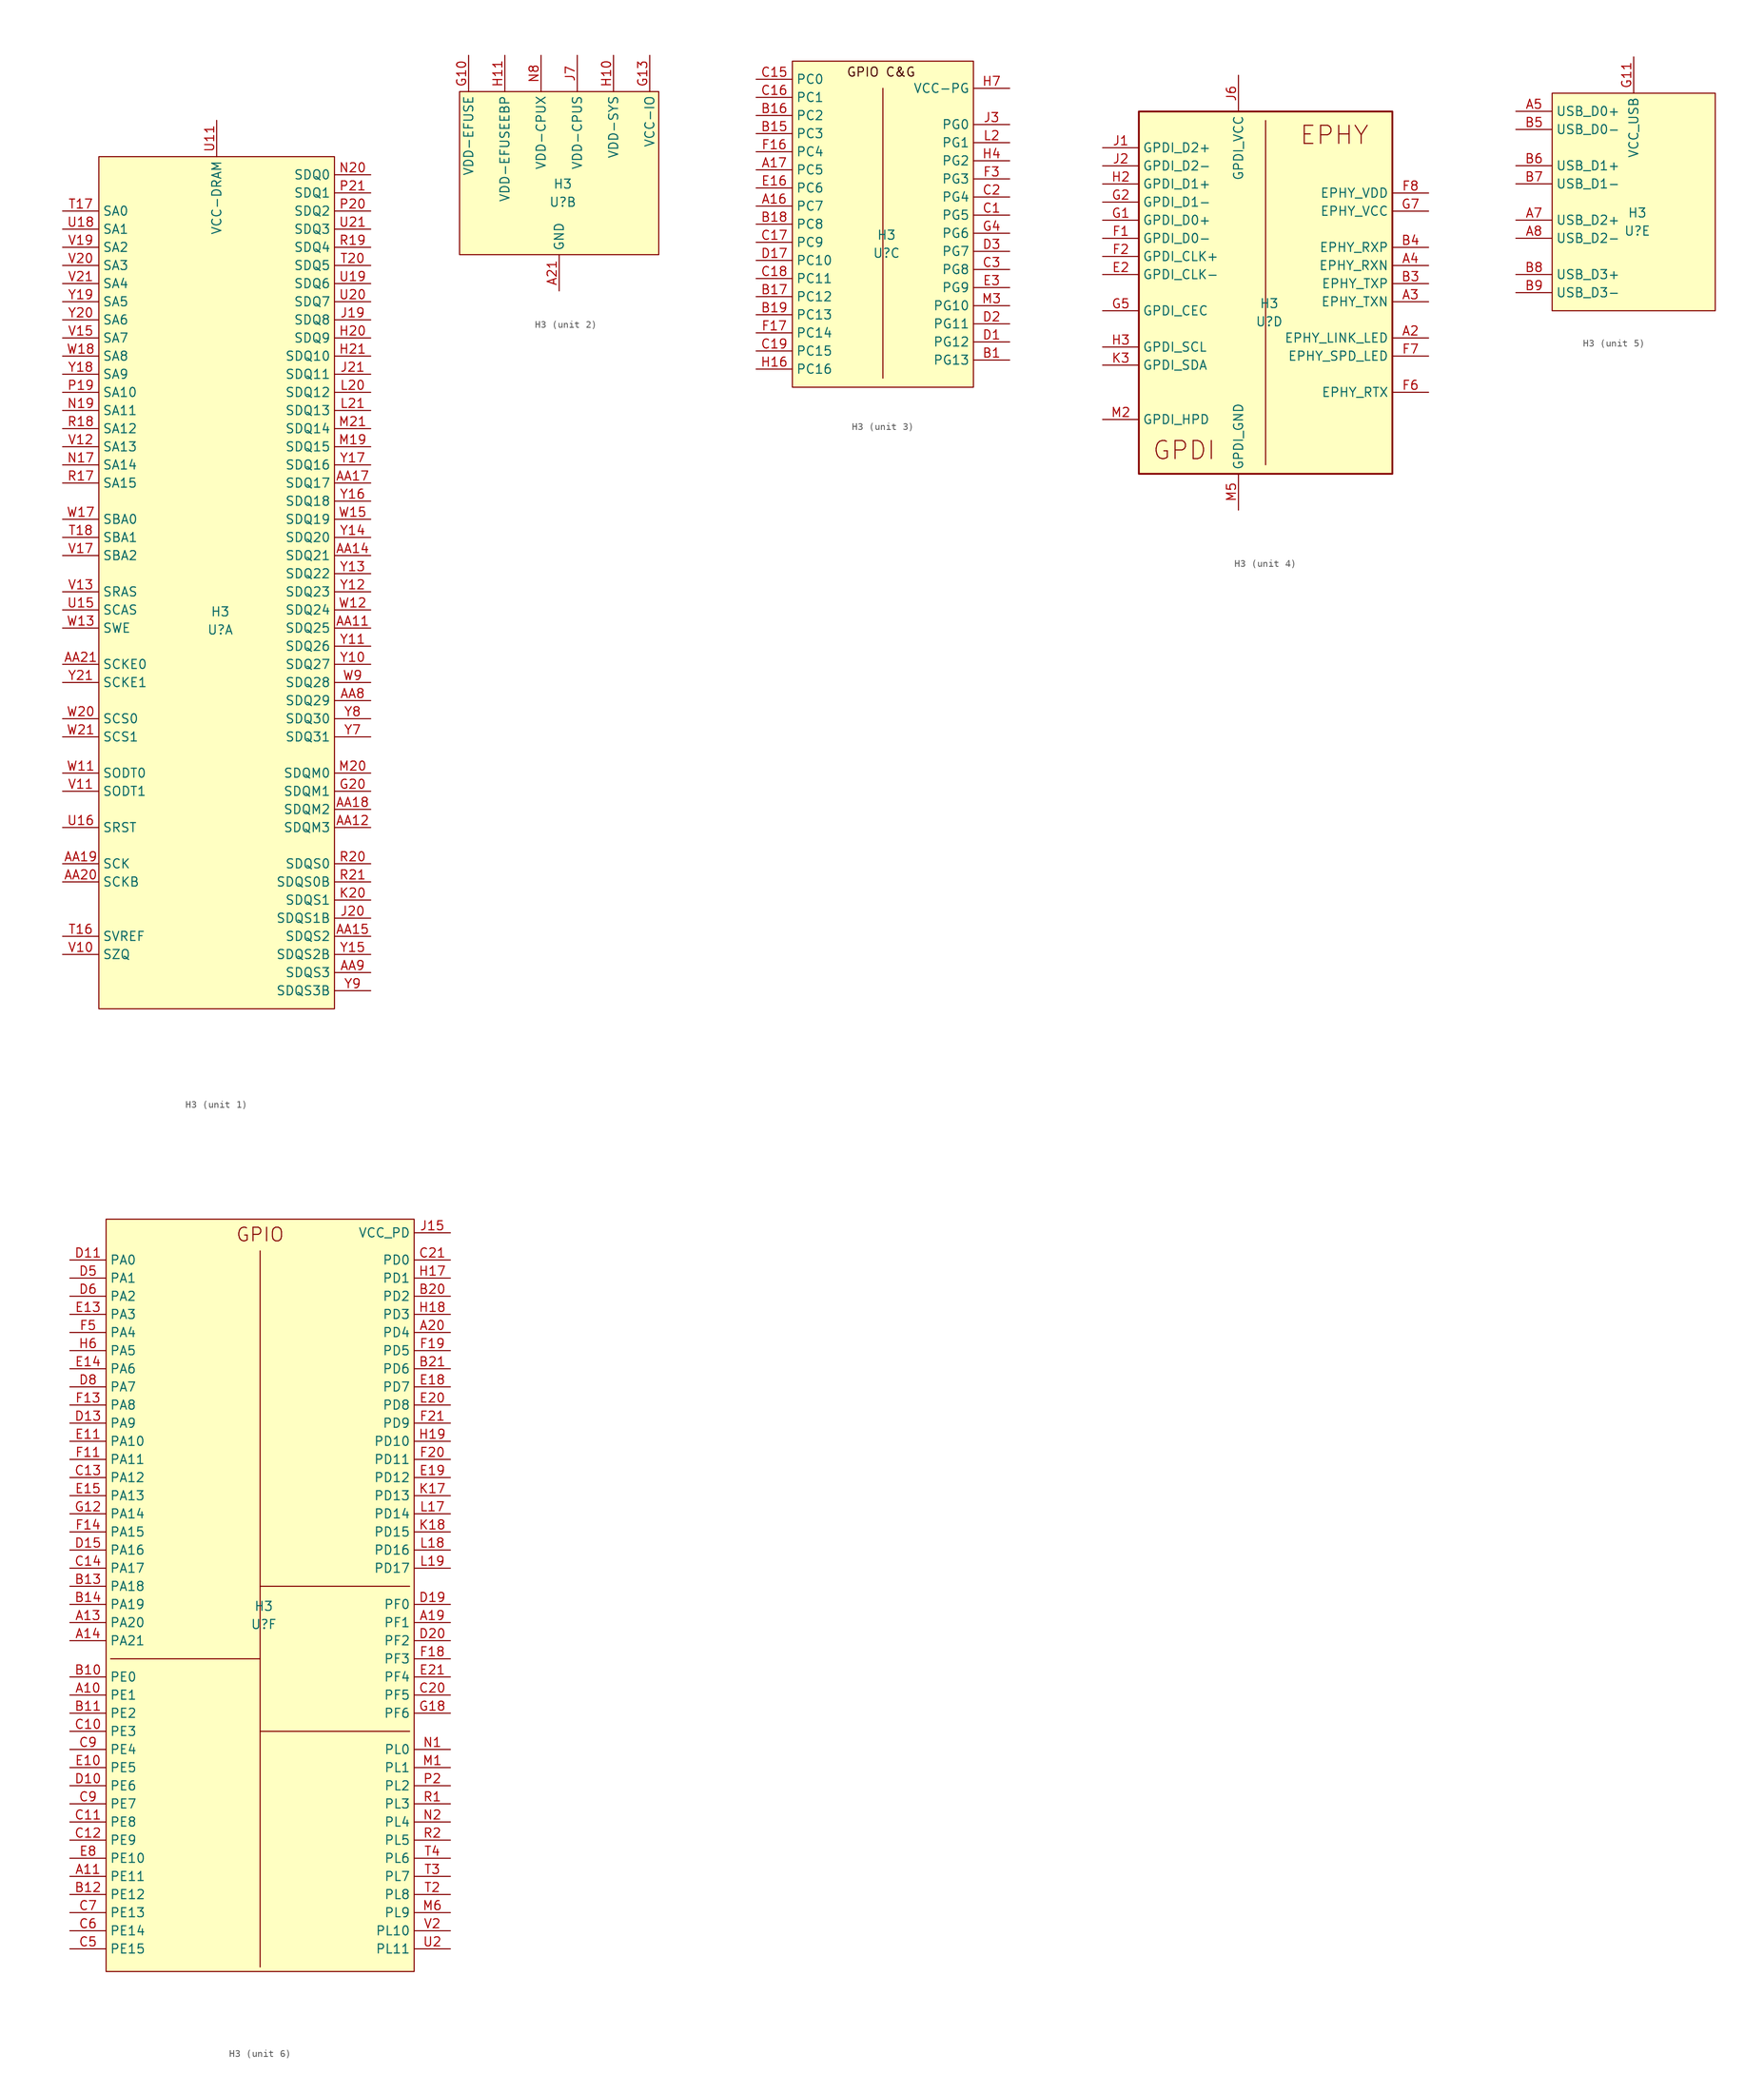
<source format=kicad_sym>
(kicad_symbol_lib
  (version 20241209)
  (generator "kicad_symbol_editor")
  (generator_version "9.0")
  (symbol "H3"
    (property "Reference" "U"
      (at 0.508 -4.064 0)
      (effects (font (size 1.27 1.27))))
    (property "Value" "H3"
      (at 0.508 -1.524 0)
      (effects (font (size 1.27 1.27))))
    (property "ki_locked" ""
      (at 0 0 0)
      (effects (font (size 1.27 1.27))))
    (symbol "H3_1_0"
      (pin power_in line (at 0 67.31 270) (length 5.08) (hide yes) (name "VCC-DRAM" (effects (font (size 1.27 1.27)))) (number "L16" (effects (font (size 1.27 1.27)))))
      (pin power_in line (at 0 67.31 270) (length 5.08) (hide yes) (name "VCC-DRAM" (effects (font (size 1.27 1.27)))) (number "M16" (effects (font (size 1.27 1.27)))))
      (pin power_in line (at 0 67.31 270) (length 5.08) (hide yes) (name "VCC-DRAM" (effects (font (size 1.27 1.27)))) (number "N16" (effects (font (size 1.27 1.27)))))
      (pin power_in line (at 0 67.31 270) (length 5.08) (hide yes) (name "VCC-DRAM" (effects (font (size 1.27 1.27)))) (number "P16" (effects (font (size 1.27 1.27)))))
      (pin power_in line (at 0 67.31 270) (length 5.08) (hide yes) (name "VCC-DRAM" (effects (font (size 1.27 1.27)))) (number "P17" (effects (font (size 1.27 1.27)))))
      (pin power_in line (at 0 67.31 270) (length 5.08) (hide yes) (name "VCC-DRAM" (effects (font (size 1.27 1.27)))) (number "R16" (effects (font (size 1.27 1.27)))))
      (pin power_in line (at 0 67.31 270) (length 5.08) (hide yes) (name "VCC-DRAM" (effects (font (size 1.27 1.27)))) (number "T12" (effects (font (size 1.27 1.27)))))
      (pin power_in line (at 0 67.31 270) (length 5.08) (hide yes) (name "VCC-DRAM" (effects (font (size 1.27 1.27)))) (number "T13" (effects (font (size 1.27 1.27)))))
      (pin power_in line (at 0 67.31 270) (length 5.08) (hide yes) (name "VCC-DRAM" (effects (font (size 1.27 1.27)))) (number "T14" (effects (font (size 1.27 1.27)))))
      (pin power_in line (at 0 67.31 270) (length 5.08) (hide yes) (name "VCC-DRAM" (effects (font (size 1.27 1.27)))) (number "T15" (effects (font (size 1.27 1.27)))))
      (pin power_in line (at 0 67.31 270) (length 5.08) (name "VCC-DRAM" (effects (font (size 1.27 1.27)))) (number "U11" (effects (font (size 1.27 1.27))))))
    (symbol "H3_1_1"
      (rectangle (start -16.51 62.23) (end 16.51 -57.15) (stroke (width 0) (type solid)) (fill (type background)))
      (pin bidirectional line (at -21.59 54.61 0) (length 5.08) (name "SA0" (effects (font (size 1.27 1.27)))) (number "T17" (effects (font (size 1.27 1.27)))))
      (pin bidirectional line (at -21.59 52.07 0) (length 5.08) (name "SA1" (effects (font (size 1.27 1.27)))) (number "U18" (effects (font (size 1.27 1.27)))))
      (pin bidirectional line (at -21.59 49.53 0) (length 5.08) (name "SA2" (effects (font (size 1.27 1.27)))) (number "V19" (effects (font (size 1.27 1.27)))))
      (pin bidirectional line (at -21.59 46.99 0) (length 5.08) (name "SA3" (effects (font (size 1.27 1.27)))) (number "V20" (effects (font (size 1.27 1.27)))))
      (pin bidirectional line (at -21.59 44.45 0) (length 5.08) (name "SA4" (effects (font (size 1.27 1.27)))) (number "V21" (effects (font (size 1.27 1.27)))))
      (pin bidirectional line (at -21.59 41.91 0) (length 5.08) (name "SA5" (effects (font (size 1.27 1.27)))) (number "Y19" (effects (font (size 1.27 1.27)))))
      (pin bidirectional line (at -21.59 39.37 0) (length 5.08) (name "SA6" (effects (font (size 1.27 1.27)))) (number "Y20" (effects (font (size 1.27 1.27)))))
      (pin bidirectional line (at -21.59 36.83 0) (length 5.08) (name "SA7" (effects (font (size 1.27 1.27)))) (number "V15" (effects (font (size 1.27 1.27)))))
      (pin bidirectional line (at -21.59 34.29 0) (length 5.08) (name "SA8" (effects (font (size 1.27 1.27)))) (number "W18" (effects (font (size 1.27 1.27)))))
      (pin bidirectional line (at -21.59 31.75 0) (length 5.08) (name "SA9" (effects (font (size 1.27 1.27)))) (number "Y18" (effects (font (size 1.27 1.27)))))
      (pin bidirectional line (at -21.59 29.21 0) (length 5.08) (name "SA10" (effects (font (size 1.27 1.27)))) (number "P19" (effects (font (size 1.27 1.27)))))
      (pin bidirectional line (at -21.59 26.67 0) (length 5.08) (name "SA11" (effects (font (size 1.27 1.27)))) (number "N19" (effects (font (size 1.27 1.27)))))
      (pin bidirectional line (at -21.59 24.13 0) (length 5.08) (name "SA12" (effects (font (size 1.27 1.27)))) (number "R18" (effects (font (size 1.27 1.27)))))
      (pin bidirectional line (at -21.59 21.59 0) (length 5.08) (name "SA13" (effects (font (size 1.27 1.27)))) (number "V12" (effects (font (size 1.27 1.27)))))
      (pin bidirectional line (at -21.59 19.05 0) (length 5.08) (name "SA14" (effects (font (size 1.27 1.27)))) (number "N17" (effects (font (size 1.27 1.27)))))
      (pin bidirectional line (at -21.59 16.51 0) (length 5.08) (name "SA15" (effects (font (size 1.27 1.27)))) (number "R17" (effects (font (size 1.27 1.27)))))
      (pin output line (at -21.59 11.43 0) (length 5.08) (name "SBA0" (effects (font (size 1.27 1.27)))) (number "W17" (effects (font (size 1.27 1.27)))))
      (pin output line (at -21.59 8.89 0) (length 5.08) (name "SBA1" (effects (font (size 1.27 1.27)))) (number "T18" (effects (font (size 1.27 1.27)))))
      (pin output line (at -21.59 6.35 0) (length 5.08) (name "SBA2" (effects (font (size 1.27 1.27)))) (number "V17" (effects (font (size 1.27 1.27)))))
      (pin output line (at -21.59 1.27 0) (length 5.08) (name "SRAS" (effects (font (size 1.27 1.27)))) (number "V13" (effects (font (size 1.27 1.27)))))
      (pin output line (at -21.59 -1.27 0) (length 5.08) (name "SCAS" (effects (font (size 1.27 1.27)))) (number "U15" (effects (font (size 1.27 1.27)))))
      (pin output line (at -21.59 -3.81 0) (length 5.08) (name "SWE" (effects (font (size 1.27 1.27)))) (number "W13" (effects (font (size 1.27 1.27)))))
      (pin output line (at -21.59 -8.89 0) (length 5.08) (name "SCKE0" (effects (font (size 1.27 1.27)))) (number "AA21" (effects (font (size 1.27 1.27)))))
      (pin output line (at -21.59 -11.43 0) (length 5.08) (name "SCKE1" (effects (font (size 1.27 1.27)))) (number "Y21" (effects (font (size 1.27 1.27)))))
      (pin output line (at -21.59 -16.51 0) (length 5.08) (name "SCS0" (effects (font (size 1.27 1.27)))) (number "W20" (effects (font (size 1.27 1.27)))))
      (pin output line (at -21.59 -19.05 0) (length 5.08) (name "SCS1" (effects (font (size 1.27 1.27)))) (number "W21" (effects (font (size 1.27 1.27)))))
      (pin output line (at -21.59 -24.13 0) (length 5.08) (name "SODT0" (effects (font (size 1.27 1.27)))) (number "W11" (effects (font (size 1.27 1.27)))))
      (pin output line (at -21.59 -26.67 0) (length 5.08) (name "SODT1" (effects (font (size 1.27 1.27)))) (number "V11" (effects (font (size 1.27 1.27)))))
      (pin output line (at -21.59 -31.75 0) (length 5.08) (name "SRST" (effects (font (size 1.27 1.27)))) (number "U16" (effects (font (size 1.27 1.27)))))
      (pin output line (at -21.59 -36.83 0) (length 5.08) (name "SCK" (effects (font (size 1.27 1.27)))) (number "AA19" (effects (font (size 1.27 1.27)))))
      (pin output line (at -21.59 -39.37 0) (length 5.08) (name "SCKB" (effects (font (size 1.27 1.27)))) (number "AA20" (effects (font (size 1.27 1.27)))))
      (pin power_in line (at -21.59 -46.99 0) (length 5.08) (name "SVREF" (effects (font (size 1.27 1.27)))) (number "T16" (effects (font (size 1.27 1.27)))))
      (pin input line (at -21.59 -49.53 0) (length 5.08) (name "SZQ" (effects (font (size 1.27 1.27)))) (number "V10" (effects (font (size 1.27 1.27)))))
      (pin bidirectional line (at 21.59 59.69 180) (length 5.08) (name "SDQ0" (effects (font (size 1.27 1.27)))) (number "N20" (effects (font (size 1.27 1.27)))))
      (pin bidirectional line (at 21.59 57.15 180) (length 5.08) (name "SDQ1" (effects (font (size 1.27 1.27)))) (number "P21" (effects (font (size 1.27 1.27)))))
      (pin bidirectional line (at 21.59 54.61 180) (length 5.08) (name "SDQ2" (effects (font (size 1.27 1.27)))) (number "P20" (effects (font (size 1.27 1.27)))))
      (pin bidirectional line (at 21.59 52.07 180) (length 5.08) (name "SDQ3" (effects (font (size 1.27 1.27)))) (number "U21" (effects (font (size 1.27 1.27)))))
      (pin bidirectional line (at 21.59 49.53 180) (length 5.08) (name "SDQ4" (effects (font (size 1.27 1.27)))) (number "R19" (effects (font (size 1.27 1.27)))))
      (pin bidirectional line (at 21.59 46.99 180) (length 5.08) (name "SDQ5" (effects (font (size 1.27 1.27)))) (number "T20" (effects (font (size 1.27 1.27)))))
      (pin bidirectional line (at 21.59 44.45 180) (length 5.08) (name "SDQ6" (effects (font (size 1.27 1.27)))) (number "U19" (effects (font (size 1.27 1.27)))))
      (pin bidirectional line (at 21.59 41.91 180) (length 5.08) (name "SDQ7" (effects (font (size 1.27 1.27)))) (number "U20" (effects (font (size 1.27 1.27)))))
      (pin bidirectional line (at 21.59 39.37 180) (length 5.08) (name "SDQ8" (effects (font (size 1.27 1.27)))) (number "J19" (effects (font (size 1.27 1.27)))))
      (pin bidirectional line (at 21.59 36.83 180) (length 5.08) (name "SDQ9" (effects (font (size 1.27 1.27)))) (number "H20" (effects (font (size 1.27 1.27)))))
      (pin bidirectional line (at 21.59 34.29 180) (length 5.08) (name "SDQ10" (effects (font (size 1.27 1.27)))) (number "H21" (effects (font (size 1.27 1.27)))))
      (pin bidirectional line (at 21.59 31.75 180) (length 5.08) (name "SDQ11" (effects (font (size 1.27 1.27)))) (number "J21" (effects (font (size 1.27 1.27)))))
      (pin bidirectional line (at 21.59 29.21 180) (length 5.08) (name "SDQ12" (effects (font (size 1.27 1.27)))) (number "L20" (effects (font (size 1.27 1.27)))))
      (pin bidirectional line (at 21.59 26.67 180) (length 5.08) (name "SDQ13" (effects (font (size 1.27 1.27)))) (number "L21" (effects (font (size 1.27 1.27)))))
      (pin bidirectional line (at 21.59 24.13 180) (length 5.08) (name "SDQ14" (effects (font (size 1.27 1.27)))) (number "M21" (effects (font (size 1.27 1.27)))))
      (pin bidirectional line (at 21.59 21.59 180) (length 5.08) (name "SDQ15" (effects (font (size 1.27 1.27)))) (number "M19" (effects (font (size 1.27 1.27)))))
      (pin bidirectional line (at 21.59 19.05 180) (length 5.08) (name "SDQ16" (effects (font (size 1.27 1.27)))) (number "Y17" (effects (font (size 1.27 1.27)))))
      (pin bidirectional line (at 21.59 16.51 180) (length 5.08) (name "SDQ17" (effects (font (size 1.27 1.27)))) (number "AA17" (effects (font (size 1.27 1.27)))))
      (pin bidirectional line (at 21.59 13.97 180) (length 5.08) (name "SDQ18" (effects (font (size 1.27 1.27)))) (number "Y16" (effects (font (size 1.27 1.27)))))
      (pin bidirectional line (at 21.59 11.43 180) (length 5.08) (name "SDQ19" (effects (font (size 1.27 1.27)))) (number "W15" (effects (font (size 1.27 1.27)))))
      (pin bidirectional line (at 21.59 8.89 180) (length 5.08) (name "SDQ20" (effects (font (size 1.27 1.27)))) (number "Y14" (effects (font (size 1.27 1.27)))))
      (pin bidirectional line (at 21.59 6.35 180) (length 5.08) (name "SDQ21" (effects (font (size 1.27 1.27)))) (number "AA14" (effects (font (size 1.27 1.27)))))
      (pin bidirectional line (at 21.59 3.81 180) (length 5.08) (name "SDQ22" (effects (font (size 1.27 1.27)))) (number "Y13" (effects (font (size 1.27 1.27)))))
      (pin bidirectional line (at 21.59 1.27 180) (length 5.08) (name "SDQ23" (effects (font (size 1.27 1.27)))) (number "Y12" (effects (font (size 1.27 1.27)))))
      (pin bidirectional line (at 21.59 -1.27 180) (length 5.08) (name "SDQ24" (effects (font (size 1.27 1.27)))) (number "W12" (effects (font (size 1.27 1.27)))))
      (pin bidirectional line (at 21.59 -3.81 180) (length 5.08) (name "SDQ25" (effects (font (size 1.27 1.27)))) (number "AA11" (effects (font (size 1.27 1.27)))))
      (pin bidirectional line (at 21.59 -6.35 180) (length 5.08) (name "SDQ26" (effects (font (size 1.27 1.27)))) (number "Y11" (effects (font (size 1.27 1.27)))))
      (pin bidirectional line (at 21.59 -8.89 180) (length 5.08) (name "SDQ27" (effects (font (size 1.27 1.27)))) (number "Y10" (effects (font (size 1.27 1.27)))))
      (pin bidirectional line (at 21.59 -11.43 180) (length 5.08) (name "SDQ28" (effects (font (size 1.27 1.27)))) (number "W9" (effects (font (size 1.27 1.27)))))
      (pin bidirectional line (at 21.59 -13.97 180) (length 5.08) (name "SDQ29" (effects (font (size 1.27 1.27)))) (number "AA8" (effects (font (size 1.27 1.27)))))
      (pin bidirectional line (at 21.59 -16.51 180) (length 5.08) (name "SDQ30" (effects (font (size 1.27 1.27)))) (number "Y8" (effects (font (size 1.27 1.27)))))
      (pin bidirectional line (at 21.59 -19.05 180) (length 5.08) (name "SDQ31" (effects (font (size 1.27 1.27)))) (number "Y7" (effects (font (size 1.27 1.27)))))
      (pin output line (at 21.59 -24.13 180) (length 5.08) (name "SDQM0" (effects (font (size 1.27 1.27)))) (number "M20" (effects (font (size 1.27 1.27)))))
      (pin output line (at 21.59 -26.67 180) (length 5.08) (name "SDQM1" (effects (font (size 1.27 1.27)))) (number "G20" (effects (font (size 1.27 1.27)))))
      (pin output line (at 21.59 -29.21 180) (length 5.08) (name "SDQM2" (effects (font (size 1.27 1.27)))) (number "AA18" (effects (font (size 1.27 1.27)))))
      (pin output line (at 21.59 -31.75 180) (length 5.08) (name "SDQM3" (effects (font (size 1.27 1.27)))) (number "AA12" (effects (font (size 1.27 1.27)))))
      (pin bidirectional line (at 21.59 -36.83 180) (length 5.08) (name "SDQS0" (effects (font (size 1.27 1.27)))) (number "R20" (effects (font (size 1.27 1.27)))))
      (pin bidirectional line (at 21.59 -39.37 180) (length 5.08) (name "SDQS0B" (effects (font (size 1.27 1.27)))) (number "R21" (effects (font (size 1.27 1.27)))))
      (pin bidirectional line (at 21.59 -41.91 180) (length 5.08) (name "SDQS1" (effects (font (size 1.27 1.27)))) (number "K20" (effects (font (size 1.27 1.27)))))
      (pin bidirectional line (at 21.59 -44.45 180) (length 5.08) (name "SDQS1B" (effects (font (size 1.27 1.27)))) (number "J20" (effects (font (size 1.27 1.27)))))
      (pin bidirectional line (at 21.59 -46.99 180) (length 5.08) (name "SDQS2" (effects (font (size 1.27 1.27)))) (number "AA15" (effects (font (size 1.27 1.27)))))
      (pin bidirectional line (at 21.59 -49.53 180) (length 5.08) (name "SDQS2B" (effects (font (size 1.27 1.27)))) (number "Y15" (effects (font (size 1.27 1.27)))))
      (pin bidirectional line (at 21.59 -52.07 180) (length 5.08) (name "SDQS3" (effects (font (size 1.27 1.27)))) (number "AA9" (effects (font (size 1.27 1.27)))))
      (pin bidirectional line (at 21.59 -54.61 180) (length 5.08) (name "SDQS3B" (effects (font (size 1.27 1.27)))) (number "Y9" (effects (font (size 1.27 1.27))))))
    (symbol "H3_2_0"
      (pin power_in line (at -12.7 16.51 270) (length 5.08) (name "VDD-EFUSE" (effects (font (size 1.27 1.27)))) (number "G10" (effects (font (size 1.27 1.27)))))
      (pin power_in line (at -7.62 16.51 270) (length 5.08) (name "VDD-EFUSEEBP" (effects (font (size 1.27 1.27)))) (number "H11" (effects (font (size 1.27 1.27)))))
      (pin power_in line (at -2.54 16.51 270) (length 5.08) (name "VDD-CPUX" (effects (font (size 1.27 1.27)))) (number "N8" (effects (font (size 1.27 1.27)))))
      (pin power_in line (at -2.54 16.51 270) (length 5.08) (hide yes) (name "VDD-CPUX" (effects (font (size 1.27 1.27)))) (number "P6" (effects (font (size 1.27 1.27)))))
      (pin power_in line (at -2.54 16.51 270) (length 5.08) (hide yes) (name "VDD-CPUX" (effects (font (size 1.27 1.27)))) (number "P7" (effects (font (size 1.27 1.27)))))
      (pin power_in line (at -2.54 16.51 270) (length 5.08) (hide yes) (name "VDD-CPUX" (effects (font (size 1.27 1.27)))) (number "P8" (effects (font (size 1.27 1.27)))))
      (pin power_in line (at -2.54 16.51 270) (length 5.08) (hide yes) (name "VDD-CPUX" (effects (font (size 1.27 1.27)))) (number "P9" (effects (font (size 1.27 1.27)))))
      (pin power_in line (at -2.54 16.51 270) (length 5.08) (hide yes) (name "VDD-CPUX" (effects (font (size 1.27 1.27)))) (number "R6" (effects (font (size 1.27 1.27)))))
      (pin power_in line (at -2.54 16.51 270) (length 5.08) (hide yes) (name "VDD-CPUX" (effects (font (size 1.27 1.27)))) (number "R7" (effects (font (size 1.27 1.27)))))
      (pin power_in line (at -2.54 16.51 270) (length 5.08) (hide yes) (name "VDD-CPUX" (effects (font (size 1.27 1.27)))) (number "R8" (effects (font (size 1.27 1.27)))))
      (pin power_in line (at -2.54 16.51 270) (length 5.08) (hide yes) (name "VDD-CPUX" (effects (font (size 1.27 1.27)))) (number "T6" (effects (font (size 1.27 1.27)))))
      (pin power_in line (at -2.54 16.51 270) (length 5.08) (hide yes) (name "VDD-CPUX" (effects (font (size 1.27 1.27)))) (number "T7" (effects (font (size 1.27 1.27)))))
      (pin power_in line (at -2.54 16.51 270) (length 5.08) (hide yes) (name "VDD-CPUX" (effects (font (size 1.27 1.27)))) (number "T8" (effects (font (size 1.27 1.27)))))
      (pin power_in line (at -2.54 16.51 270) (length 5.08) (hide yes) (name "VDD-CPUX" (effects (font (size 1.27 1.27)))) (number "U6" (effects (font (size 1.27 1.27)))))
      (pin power_in line (at -2.54 16.51 270) (length 5.08) (hide yes) (name "VDD-CPUX" (effects (font (size 1.27 1.27)))) (number "U9" (effects (font (size 1.27 1.27)))))
      (pin power_in line (at 0 -16.51 90) (length 5.08) (name "GND" (effects (font (size 1.27 1.27)))) (number "A21" (effects (font (size 1.27 1.27)))))
      (pin power_in line (at 0 -16.51 90) (length 5.08) (hide yes) (name "GND" (effects (font (size 1.27 1.27)))) (number "AA1" (effects (font (size 1.27 1.27)))))
      (pin power_in line (at 0 -16.51 90) (length 5.08) (hide yes) (name "GND" (effects (font (size 1.27 1.27)))) (number "G8" (effects (font (size 1.27 1.27)))))
      (pin power_in line (at 0 -16.51 90) (length 5.08) (hide yes) (name "GND" (effects (font (size 1.27 1.27)))) (number "H12" (effects (font (size 1.27 1.27)))))
      (pin power_in line (at 0 -16.51 90) (length 5.08) (hide yes) (name "GND" (effects (font (size 1.27 1.27)))) (number "H15" (effects (font (size 1.27 1.27)))))
      (pin power_in line (at 0 -16.51 90) (length 5.08) (hide yes) (name "GND" (effects (font (size 1.27 1.27)))) (number "J13" (effects (font (size 1.27 1.27)))))
      (pin power_in line (at 0 -16.51 90) (length 5.08) (hide yes) (name "GND" (effects (font (size 1.27 1.27)))) (number "J16" (effects (font (size 1.27 1.27)))))
      (pin power_in line (at 0 -16.51 90) (length 5.08) (hide yes) (name "GND" (effects (font (size 1.27 1.27)))) (number "J9" (effects (font (size 1.27 1.27)))))
      (pin power_in line (at 0 -16.51 90) (length 5.08) (hide yes) (name "GND" (effects (font (size 1.27 1.27)))) (number "K13" (effects (font (size 1.27 1.27)))))
      (pin power_in line (at 0 -16.51 90) (length 5.08) (hide yes) (name "GND" (effects (font (size 1.27 1.27)))) (number "K14" (effects (font (size 1.27 1.27)))))
      (pin power_in line (at 0 -16.51 90) (length 5.08) (hide yes) (name "GND" (effects (font (size 1.27 1.27)))) (number "K15" (effects (font (size 1.27 1.27)))))
      (pin power_in line (at 0 -16.51 90) (length 5.08) (hide yes) (name "GND" (effects (font (size 1.27 1.27)))) (number "K16" (effects (font (size 1.27 1.27)))))
      (pin power_in line (at 0 -16.51 90) (length 5.08) (hide yes) (name "GND" (effects (font (size 1.27 1.27)))) (number "K7" (effects (font (size 1.27 1.27)))))
      (pin power_in line (at 0 -16.51 90) (length 5.08) (hide yes) (name "GND" (effects (font (size 1.27 1.27)))) (number "K8" (effects (font (size 1.27 1.27)))))
      (pin power_in line (at 0 -16.51 90) (length 5.08) (hide yes) (name "GND" (effects (font (size 1.27 1.27)))) (number "K9" (effects (font (size 1.27 1.27)))))
      (pin power_in line (at 0 -16.51 90) (length 5.08) (hide yes) (name "GND" (effects (font (size 1.27 1.27)))) (number "L15" (effects (font (size 1.27 1.27)))))
      (pin power_in line (at 0 -16.51 90) (length 5.08) (hide yes) (name "GND" (effects (font (size 1.27 1.27)))) (number "L8" (effects (font (size 1.27 1.27)))))
      (pin power_in line (at 0 -16.51 90) (length 5.08) (hide yes) (name "GND" (effects (font (size 1.27 1.27)))) (number "L9" (effects (font (size 1.27 1.27)))))
      (pin power_in line (at 0 -16.51 90) (length 5.08) (hide yes) (name "GND" (effects (font (size 1.27 1.27)))) (number "M10" (effects (font (size 1.27 1.27)))))
      (pin power_in line (at 0 -16.51 90) (length 5.08) (hide yes) (name "GND" (effects (font (size 1.27 1.27)))) (number "M11" (effects (font (size 1.27 1.27)))))
      (pin power_in line (at 0 -16.51 90) (length 5.08) (hide yes) (name "GND" (effects (font (size 1.27 1.27)))) (number "M12" (effects (font (size 1.27 1.27)))))
      (pin power_in line (at 0 -16.51 90) (length 5.08) (hide yes) (name "GND" (effects (font (size 1.27 1.27)))) (number "M13" (effects (font (size 1.27 1.27)))))
      (pin power_in line (at 0 -16.51 90) (length 5.08) (hide yes) (name "GND" (effects (font (size 1.27 1.27)))) (number "M14" (effects (font (size 1.27 1.27)))))
      (pin power_in line (at 0 -16.51 90) (length 5.08) (hide yes) (name "GND" (effects (font (size 1.27 1.27)))) (number "M15" (effects (font (size 1.27 1.27)))))
      (pin power_in line (at 0 -16.51 90) (length 5.08) (hide yes) (name "GND" (effects (font (size 1.27 1.27)))) (number "M7" (effects (font (size 1.27 1.27)))))
      (pin power_in line (at 0 -16.51 90) (length 5.08) (hide yes) (name "GND" (effects (font (size 1.27 1.27)))) (number "M8" (effects (font (size 1.27 1.27)))))
      (pin power_in line (at 0 -16.51 90) (length 5.08) (hide yes) (name "GND" (effects (font (size 1.27 1.27)))) (number "M9" (effects (font (size 1.27 1.27)))))
      (pin power_in line (at 0 -16.51 90) (length 5.08) (hide yes) (name "GND" (effects (font (size 1.27 1.27)))) (number "N10" (effects (font (size 1.27 1.27)))))
      (pin power_in line (at 0 -16.51 90) (length 5.08) (hide yes) (name "GND" (effects (font (size 1.27 1.27)))) (number "N11" (effects (font (size 1.27 1.27)))))
      (pin power_in line (at 0 -16.51 90) (length 5.08) (hide yes) (name "GND" (effects (font (size 1.27 1.27)))) (number "N12" (effects (font (size 1.27 1.27)))))
      (pin power_in line (at 0 -16.51 90) (length 5.08) (hide yes) (name "GND" (effects (font (size 1.27 1.27)))) (number "N13" (effects (font (size 1.27 1.27)))))
      (pin power_in line (at 0 -16.51 90) (length 5.08) (hide yes) (name "GND" (effects (font (size 1.27 1.27)))) (number "N14" (effects (font (size 1.27 1.27)))))
      (pin power_in line (at 0 -16.51 90) (length 5.08) (hide yes) (name "GND" (effects (font (size 1.27 1.27)))) (number "N15" (effects (font (size 1.27 1.27)))))
      (pin power_in line (at 0 -16.51 90) (length 5.08) (hide yes) (name "GND" (effects (font (size 1.27 1.27)))) (number "N7" (effects (font (size 1.27 1.27)))))
      (pin power_in line (at 0 -16.51 90) (length 5.08) (hide yes) (name "GND" (effects (font (size 1.27 1.27)))) (number "N9" (effects (font (size 1.27 1.27)))))
      (pin power_in line (at 0 -16.51 90) (length 5.08) (hide yes) (name "GND" (effects (font (size 1.27 1.27)))) (number "P10" (effects (font (size 1.27 1.27)))))
      (pin power_in line (at 0 -16.51 90) (length 5.08) (hide yes) (name "GND" (effects (font (size 1.27 1.27)))) (number "P11" (effects (font (size 1.27 1.27)))))
      (pin power_in line (at 0 -16.51 90) (length 5.08) (hide yes) (name "GND" (effects (font (size 1.27 1.27)))) (number "P12" (effects (font (size 1.27 1.27)))))
      (pin power_in line (at 0 -16.51 90) (length 5.08) (hide yes) (name "GND" (effects (font (size 1.27 1.27)))) (number "P13" (effects (font (size 1.27 1.27)))))
      (pin power_in line (at 0 -16.51 90) (length 5.08) (hide yes) (name "GND" (effects (font (size 1.27 1.27)))) (number "P14" (effects (font (size 1.27 1.27)))))
      (pin power_in line (at 0 -16.51 90) (length 5.08) (hide yes) (name "GND" (effects (font (size 1.27 1.27)))) (number "P15" (effects (font (size 1.27 1.27)))))
      (pin power_in line (at 0 -16.51 90) (length 5.08) (hide yes) (name "GND" (effects (font (size 1.27 1.27)))) (number "R10" (effects (font (size 1.27 1.27)))))
      (pin power_in line (at 0 -16.51 90) (length 5.08) (hide yes) (name "GND" (effects (font (size 1.27 1.27)))) (number "R11" (effects (font (size 1.27 1.27)))))
      (pin power_in line (at 0 -16.51 90) (length 5.08) (hide yes) (name "GND" (effects (font (size 1.27 1.27)))) (number "R12" (effects (font (size 1.27 1.27)))))
      (pin power_in line (at 0 -16.51 90) (length 5.08) (hide yes) (name "GND" (effects (font (size 1.27 1.27)))) (number "R13" (effects (font (size 1.27 1.27)))))
      (pin power_in line (at 0 -16.51 90) (length 5.08) (hide yes) (name "GND" (effects (font (size 1.27 1.27)))) (number "R14" (effects (font (size 1.27 1.27)))))
      (pin power_in line (at 0 -16.51 90) (length 5.08) (hide yes) (name "GND" (effects (font (size 1.27 1.27)))) (number "R9" (effects (font (size 1.27 1.27)))))
      (pin power_in line (at 0 -16.51 90) (length 5.08) (hide yes) (name "GND" (effects (font (size 1.27 1.27)))) (number "T11" (effects (font (size 1.27 1.27)))))
      (pin power_in line (at 2.54 16.51 270) (length 5.08) (name "VDD-CPUS" (effects (font (size 1.27 1.27)))) (number "J7" (effects (font (size 1.27 1.27)))))
      (pin power_in line (at 2.54 16.51 270) (length 5.08) (hide yes) (name "VDD-CPUS" (effects (font (size 1.27 1.27)))) (number "J8" (effects (font (size 1.27 1.27)))))
      (pin power_in line (at 7.62 16.51 270) (length 5.08) (name "VDD-SYS" (effects (font (size 1.27 1.27)))) (number "H10" (effects (font (size 1.27 1.27)))))
      (pin power_in line (at 7.62 16.51 270) (length 5.08) (hide yes) (name "VDD-SYS" (effects (font (size 1.27 1.27)))) (number "J10" (effects (font (size 1.27 1.27)))))
      (pin power_in line (at 7.62 16.51 270) (length 5.08) (hide yes) (name "VDD-SYS" (effects (font (size 1.27 1.27)))) (number "J11" (effects (font (size 1.27 1.27)))))
      (pin power_in line (at 7.62 16.51 270) (length 5.08) (hide yes) (name "VDD-SYS" (effects (font (size 1.27 1.27)))) (number "J12" (effects (font (size 1.27 1.27)))))
      (pin power_in line (at 7.62 16.51 270) (length 5.08) (hide yes) (name "VDD-SYS" (effects (font (size 1.27 1.27)))) (number "K10" (effects (font (size 1.27 1.27)))))
      (pin power_in line (at 7.62 16.51 270) (length 5.08) (hide yes) (name "VDD-SYS" (effects (font (size 1.27 1.27)))) (number "K11" (effects (font (size 1.27 1.27)))))
      (pin power_in line (at 7.62 16.51 270) (length 5.08) (hide yes) (name "VDD-SYS" (effects (font (size 1.27 1.27)))) (number "K12" (effects (font (size 1.27 1.27)))))
      (pin power_in line (at 7.62 16.51 270) (length 5.08) (hide yes) (name "VDD-SYS" (effects (font (size 1.27 1.27)))) (number "L10" (effects (font (size 1.27 1.27)))))
      (pin power_in line (at 7.62 16.51 270) (length 5.08) (hide yes) (name "VDD-SYS" (effects (font (size 1.27 1.27)))) (number "L11" (effects (font (size 1.27 1.27)))))
      (pin power_in line (at 7.62 16.51 270) (length 5.08) (hide yes) (name "VDD-SYS" (effects (font (size 1.27 1.27)))) (number "L12" (effects (font (size 1.27 1.27)))))
      (pin power_in line (at 7.62 16.51 270) (length 5.08) (hide yes) (name "VDD-SYS" (effects (font (size 1.27 1.27)))) (number "L13" (effects (font (size 1.27 1.27)))))
      (pin power_in line (at 7.62 16.51 270) (length 5.08) (hide yes) (name "VDD-SYS" (effects (font (size 1.27 1.27)))) (number "L14" (effects (font (size 1.27 1.27)))))
      (pin power_in line (at 12.7 16.51 270) (length 5.08) (name "VCC-IO" (effects (font (size 1.27 1.27)))) (number "G13" (effects (font (size 1.27 1.27)))))
      (pin power_in line (at 12.7 16.51 270) (length 5.08) (hide yes) (name "VCC-IO" (effects (font (size 1.27 1.27)))) (number "G14" (effects (font (size 1.27 1.27)))))
      (pin power_in line (at 12.7 16.51 270) (length 5.08) (hide yes) (name "VCC-IO" (effects (font (size 1.27 1.27)))) (number "G15" (effects (font (size 1.27 1.27)))))
      (pin power_in line (at 12.7 16.51 270) (length 5.08) (hide yes) (name "VCC-IO" (effects (font (size 1.27 1.27)))) (number "H13" (effects (font (size 1.27 1.27)))))
      (pin power_in line (at 12.7 16.51 270) (length 5.08) (hide yes) (name "VCC-IO" (effects (font (size 1.27 1.27)))) (number "H14" (effects (font (size 1.27 1.27)))))
      (pin power_in line (at 12.7 16.51 270) (length 5.08) (hide yes) (name "VCC-IO" (effects (font (size 1.27 1.27)))) (number "J14" (effects (font (size 1.27 1.27))))))
    (symbol "H3_2_1"
      (rectangle (start -13.97 11.43) (end 13.97 -11.43) (stroke (width 0) (type solid)) (fill (type background)))
      (pin no_connect line (at 16.51 -6.35 180) (length 2.54) (hide yes) (name "NC" (effects (font (size 1.27 1.27)))) (number "K4" (effects (font (size 1.27 1.27))))))
    (symbol "H3_3_0"
      (pin bidirectional line (at -17.78 20.32 0) (length 5.08) (name "PC0" (effects (font (size 1.27 1.27)))) (number "C15" (effects (font (size 1.27 1.27)))) (alternate "NAND_WE" bidirectional line) (alternate "SPI0_MOSI" bidirectional line))
      (pin bidirectional line (at -17.78 17.78 0) (length 5.08) (name "PC1" (effects (font (size 1.27 1.27)))) (number "C16" (effects (font (size 1.27 1.27)))) (alternate "NAND_ALE" bidirectional line) (alternate "SPI0_MISO" bidirectional line))
      (pin bidirectional line (at -17.78 15.24 0) (length 5.08) (name "PC2" (effects (font (size 1.27 1.27)))) (number "B16" (effects (font (size 1.27 1.27)))) (alternate "NAND_CLE" bidirectional line) (alternate "SPI0_CLK" bidirectional line))
      (pin bidirectional line (at -17.78 12.7 0) (length 5.08) (name "PC3" (effects (font (size 1.27 1.27)))) (number "B15" (effects (font (size 1.27 1.27)))) (alternate "NAND_CE1" bidirectional line) (alternate "SPI0_CS" bidirectional line))
      (pin bidirectional line (at -17.78 10.16 0) (length 5.08) (name "PC4" (effects (font (size 1.27 1.27)))) (number "F16" (effects (font (size 1.27 1.27)))) (alternate "NAND_CE0" bidirectional line))
      (pin bidirectional line (at -17.78 7.62 0) (length 5.08) (name "PC5" (effects (font (size 1.27 1.27)))) (number "A17" (effects (font (size 1.27 1.27)))) (alternate "NAND_RE" bidirectional line) (alternate "SDC2_CLK" bidirectional line))
      (pin bidirectional line (at -17.78 5.08 0) (length 5.08) (name "PC6" (effects (font (size 1.27 1.27)))) (number "E16" (effects (font (size 1.27 1.27)))) (alternate "NAND_RB0" bidirectional line) (alternate "SDC2_CMD" bidirectional line))
      (pin bidirectional line (at -17.78 2.54 0) (length 5.08) (name "PC7" (effects (font (size 1.27 1.27)))) (number "A16" (effects (font (size 1.27 1.27)))) (alternate "NAND_RB1" bidirectional line))
      (pin bidirectional line (at -17.78 0 0) (length 5.08) (name "PC8" (effects (font (size 1.27 1.27)))) (number "B18" (effects (font (size 1.27 1.27)))) (alternate "NAND_DQ0" bidirectional line) (alternate "SDC2_D0" bidirectional line))
      (pin bidirectional line (at -17.78 -2.54 0) (length 5.08) (name "PC9" (effects (font (size 1.27 1.27)))) (number "C17" (effects (font (size 1.27 1.27)))) (alternate "NAND_DQ1" bidirectional line) (alternate "SDC2_D1" bidirectional line))
      (pin bidirectional line (at -17.78 -5.08 0) (length 5.08) (name "PC10" (effects (font (size 1.27 1.27)))) (number "D17" (effects (font (size 1.27 1.27)))) (alternate "NAND_DQ2" bidirectional line) (alternate "SDC2_D2" bidirectional line))
      (pin bidirectional line (at -17.78 -7.62 0) (length 5.08) (name "PC11" (effects (font (size 1.27 1.27)))) (number "C18" (effects (font (size 1.27 1.27)))) (alternate "NAND_DQ3" bidirectional line) (alternate "SDC2_D3" bidirectional line))
      (pin bidirectional line (at -17.78 -10.16 0) (length 5.08) (name "PC12" (effects (font (size 1.27 1.27)))) (number "B17" (effects (font (size 1.27 1.27)))) (alternate "NAND_DQ4" bidirectional line) (alternate "SDC2_D4" bidirectional line))
      (pin bidirectional line (at -17.78 -12.7 0) (length 5.08) (name "PC13" (effects (font (size 1.27 1.27)))) (number "B19" (effects (font (size 1.27 1.27)))) (alternate "NAND_DQ5" bidirectional line) (alternate "SDC2_D5" bidirectional line))
      (pin bidirectional line (at -17.78 -15.24 0) (length 5.08) (name "PC14" (effects (font (size 1.27 1.27)))) (number "F17" (effects (font (size 1.27 1.27)))) (alternate "NAND_DQ6" bidirectional line) (alternate "SDC2_D6" bidirectional line))
      (pin bidirectional line (at -17.78 -17.78 0) (length 5.08) (name "PC15" (effects (font (size 1.27 1.27)))) (number "C19" (effects (font (size 1.27 1.27)))) (alternate "NAND_DQ7" bidirectional line) (alternate "SDC2_D7" bidirectional line))
      (pin bidirectional line (at -17.78 -20.32 0) (length 5.08) (name "PC16" (effects (font (size 1.27 1.27)))) (number "H16" (effects (font (size 1.27 1.27)))) (alternate "NAND_DQS" bidirectional line) (alternate "SDC2_RST" bidirectional line))
      (pin power_in line (at 17.78 19.05 180) (length 5.08) (name "VCC-PG" (effects (font (size 1.27 1.27)))) (number "H7" (effects (font (size 1.27 1.27)))))
      (pin bidirectional line (at 17.78 13.97 180) (length 5.08) (name "PG0" (effects (font (size 1.27 1.27)))) (number "J3" (effects (font (size 1.27 1.27)))) (alternate "PG_EINT0" bidirectional line) (alternate "SDC1_CLK" bidirectional line))
      (pin bidirectional line (at 17.78 11.43 180) (length 5.08) (name "PG1" (effects (font (size 1.27 1.27)))) (number "L2" (effects (font (size 1.27 1.27)))) (alternate "PG_EINT1" bidirectional line) (alternate "SDC1_CMD" bidirectional line))
      (pin bidirectional line (at 17.78 8.89 180) (length 5.08) (name "PG2" (effects (font (size 1.27 1.27)))) (number "H4" (effects (font (size 1.27 1.27)))) (alternate "PG_EINT2" bidirectional line) (alternate "SDC1_D0" bidirectional line))
      (pin bidirectional line (at 17.78 6.35 180) (length 5.08) (name "PG3" (effects (font (size 1.27 1.27)))) (number "F3" (effects (font (size 1.27 1.27)))) (alternate "PG_EINT3" bidirectional line) (alternate "SDC1_D1" bidirectional line))
      (pin bidirectional line (at 17.78 3.81 180) (length 5.08) (name "PG4" (effects (font (size 1.27 1.27)))) (number "C2" (effects (font (size 1.27 1.27)))) (alternate "PG_EINT4" bidirectional line) (alternate "SDC1_D2" bidirectional line))
      (pin bidirectional line (at 17.78 1.27 180) (length 5.08) (name "PG5" (effects (font (size 1.27 1.27)))) (number "C1" (effects (font (size 1.27 1.27)))) (alternate "PG_EINT5" bidirectional line) (alternate "SDC1_D3" bidirectional line))
      (pin bidirectional line (at 17.78 -1.27 180) (length 5.08) (name "PG6" (effects (font (size 1.27 1.27)))) (number "G4" (effects (font (size 1.27 1.27)))) (alternate "PG_EINT6" bidirectional line) (alternate "UART1_TX" bidirectional line))
      (pin bidirectional line (at 17.78 -3.81 180) (length 5.08) (name "PG7" (effects (font (size 1.27 1.27)))) (number "D3" (effects (font (size 1.27 1.27)))) (alternate "PG_EINT7" bidirectional line) (alternate "UART1_RX" bidirectional line))
      (pin bidirectional line (at 17.78 -6.35 180) (length 5.08) (name "PG8" (effects (font (size 1.27 1.27)))) (number "C3" (effects (font (size 1.27 1.27)))) (alternate "PG_EINT8" bidirectional line) (alternate "UART1_RTS" bidirectional line))
      (pin bidirectional line (at 17.78 -8.89 180) (length 5.08) (name "PG9" (effects (font (size 1.27 1.27)))) (number "E3" (effects (font (size 1.27 1.27)))) (alternate "PG_EINT9" bidirectional line) (alternate "UART1_CTS" bidirectional line))
      (pin bidirectional line (at 17.78 -11.43 180) (length 5.08) (name "PG10" (effects (font (size 1.27 1.27)))) (number "M3" (effects (font (size 1.27 1.27)))) (alternate "PCM1_SYNC" bidirectional line) (alternate "PG_EINT10" bidirectional line))
      (pin bidirectional line (at 17.78 -13.97 180) (length 5.08) (name "PG11" (effects (font (size 1.27 1.27)))) (number "D2" (effects (font (size 1.27 1.27)))) (alternate "PCM1_CLK" bidirectional line) (alternate "PG_EINT11" bidirectional line))
      (pin bidirectional line (at 17.78 -16.51 180) (length 5.08) (name "PG12" (effects (font (size 1.27 1.27)))) (number "D1" (effects (font (size 1.27 1.27)))) (alternate "PCM1_DOUT" bidirectional line) (alternate "PG_EINT12" bidirectional line))
      (pin bidirectional line (at 17.78 -19.05 180) (length 5.08) (name "PG13" (effects (font (size 1.27 1.27)))) (number "B1" (effects (font (size 1.27 1.27)))) (alternate "PCM1_DIN" bidirectional line) (alternate "PG_EINT13" bidirectional line)))
    (symbol "H3_3_1"
      (rectangle (start -12.7 22.86) (end 12.7 -22.86) (stroke (width 0) (type solid)) (fill (type background)))
      (polyline (pts (xy 0 19.05) (xy 0 -21.59)) (stroke (width 0) (type default)) (fill (type none)))
      (text "GPIO C&G" (at -0.254 21.336 0) (effects (font (size 1.27 1.27) (color 72 0 0 1)))))
    (symbol "H3_4_0"
      (pin output line (at -22.86 20.32 0) (length 5.08) (name "GPDI_D2+" (effects (font (size 1.27 1.27)))) (number "J1" (effects (font (size 1.27 1.27)))))
      (pin output line (at -22.86 17.78 0) (length 5.08) (name "GPDI_D2-" (effects (font (size 1.27 1.27)))) (number "J2" (effects (font (size 1.27 1.27)))))
      (pin output line (at -22.86 15.24 0) (length 5.08) (name "GPDI_D1+" (effects (font (size 1.27 1.27)))) (number "H2" (effects (font (size 1.27 1.27)))))
      (pin output line (at -22.86 12.7 0) (length 5.08) (name "GPDI_D1-" (effects (font (size 1.27 1.27)))) (number "G2" (effects (font (size 1.27 1.27)))))
      (pin output line (at -22.86 10.16 0) (length 5.08) (name "GPDI_D0+" (effects (font (size 1.27 1.27)))) (number "G1" (effects (font (size 1.27 1.27)))))
      (pin output line (at -22.86 7.62 0) (length 5.08) (name "GPDI_D0-" (effects (font (size 1.27 1.27)))) (number "F1" (effects (font (size 1.27 1.27)))))
      (pin output line (at -22.86 5.08 0) (length 5.08) (name "GPDI_CLK+" (effects (font (size 1.27 1.27)))) (number "F2" (effects (font (size 1.27 1.27)))))
      (pin output line (at -22.86 2.54 0) (length 5.08) (name "GPDI_CLK-" (effects (font (size 1.27 1.27)))) (number "E2" (effects (font (size 1.27 1.27)))))
      (pin bidirectional line (at -22.86 -2.54 0) (length 5.08) (name "GPDI_CEC" (effects (font (size 1.27 1.27)))) (number "G5" (effects (font (size 1.27 1.27)))))
      (pin output line (at -22.86 -7.62 0) (length 5.08) (name "GPDI_SCL" (effects (font (size 1.27 1.27)))) (number "H3" (effects (font (size 1.27 1.27)))))
      (pin bidirectional line (at -22.86 -10.16 0) (length 5.08) (name "GPDI_SDA" (effects (font (size 1.27 1.27)))) (number "K3" (effects (font (size 1.27 1.27)))))
      (pin output line (at -22.86 -17.78 0) (length 5.08) (name "GPDI_HPD" (effects (font (size 1.27 1.27)))) (number "M2" (effects (font (size 1.27 1.27)))))
      (pin power_in line (at -3.81 30.48 270) (length 5.08) (name "GPDI_VCC" (effects (font (size 1.27 1.27)))) (number "J6" (effects (font (size 1.27 1.27)))))
      (pin power_in line (at -3.81 -30.48 90) (length 5.08) (name "GPDI_GND" (effects (font (size 1.27 1.27)))) (number "M5" (effects (font (size 1.27 1.27)))))
      (pin power_in line (at 22.86 13.97 180) (length 5.08) (name "EPHY_VDD" (effects (font (size 1.27 1.27)))) (number "F8" (effects (font (size 1.27 1.27)))))
      (pin power_in line (at 22.86 11.43 180) (length 5.08) (name "EPHY_VCC" (effects (font (size 1.27 1.27)))) (number "G7" (effects (font (size 1.27 1.27)))))
      (pin input line (at 22.86 6.35 180) (length 5.08) (name "EPHY_RXP" (effects (font (size 1.27 1.27)))) (number "B4" (effects (font (size 1.27 1.27)))))
      (pin input line (at 22.86 3.81 180) (length 5.08) (name "EPHY_RXN" (effects (font (size 1.27 1.27)))) (number "A4" (effects (font (size 1.27 1.27)))))
      (pin output line (at 22.86 1.27 180) (length 5.08) (name "EPHY_TXP" (effects (font (size 1.27 1.27)))) (number "B3" (effects (font (size 1.27 1.27)))))
      (pin output line (at 22.86 -1.27 180) (length 5.08) (name "EPHY_TXN" (effects (font (size 1.27 1.27)))) (number "A3" (effects (font (size 1.27 1.27)))))
      (pin output line (at 22.86 -6.35 180) (length 5.08) (name "EPHY_LINK_LED" (effects (font (size 1.27 1.27)))) (number "A2" (effects (font (size 1.27 1.27)))))
      (pin output line (at 22.86 -8.89 180) (length 5.08) (name "EPHY_SPD_LED" (effects (font (size 1.27 1.27)))) (number "F7" (effects (font (size 1.27 1.27)))))
      (pin input line (at 22.86 -13.97 180) (length 5.08) (name "EPHY_RTX" (effects (font (size 1.27 1.27)))) (number "F6" (effects (font (size 1.27 1.27))))))
    (symbol "H3_4_1"
      (rectangle (start -17.78 25.4) (end 17.78 -25.4) (stroke (width 0.254) (type solid)) (fill (type background)))
      (polyline (pts (xy 0 -24.13) (xy 0 24.13)) (stroke (width 0) (type default)) (fill (type none)))
      (text "GPDI" (at -11.43 -22.098 0) (effects (font (size 2.54 2.54))))
      (text "EPHY" (at 9.652 22.098 0) (effects (font (size 2.54 2.54)))))
    (symbol "H3_5_0"
      (pin bidirectional line (at -16.51 12.7 0) (length 5.08) (name "USB_D0+" (effects (font (size 1.27 1.27)))) (number "A5" (effects (font (size 1.27 1.27)))))
      (pin bidirectional line (at -16.51 10.16 0) (length 5.08) (name "USB_D0-" (effects (font (size 1.27 1.27)))) (number "B5" (effects (font (size 1.27 1.27)))))
      (pin bidirectional line (at -16.51 5.08 0) (length 5.08) (name "USB_D1+" (effects (font (size 1.27 1.27)))) (number "B6" (effects (font (size 1.27 1.27)))))
      (pin bidirectional line (at -16.51 2.54 0) (length 5.08) (name "USB_D1-" (effects (font (size 1.27 1.27)))) (number "B7" (effects (font (size 1.27 1.27)))))
      (pin bidirectional line (at -16.51 -2.54 0) (length 5.08) (name "USB_D2+" (effects (font (size 1.27 1.27)))) (number "A7" (effects (font (size 1.27 1.27)))))
      (pin bidirectional line (at -16.51 -5.08 0) (length 5.08) (name "USB_D2-" (effects (font (size 1.27 1.27)))) (number "A8" (effects (font (size 1.27 1.27)))))
      (pin bidirectional line (at -16.51 -10.16 0) (length 5.08) (name "USB_D3+" (effects (font (size 1.27 1.27)))) (number "B8" (effects (font (size 1.27 1.27)))))
      (pin bidirectional line (at -16.51 -12.7 0) (length 5.08) (name "USB_D3-" (effects (font (size 1.27 1.27)))) (number "B9" (effects (font (size 1.27 1.27)))))
      (pin power_in line (at 0 20.32 270) (length 5.08) (name "VCC_USB" (effects (font (size 1.27 1.27)))) (number "G11" (effects (font (size 1.27 1.27))))))
    (symbol "H3_5_1"
      (rectangle (start -11.43 15.24) (end 11.43 -15.24) (stroke (width 0) (type solid)) (fill (type background))))
    (symbol "H3_6_0"
      (pin bidirectional line (at -26.67 46.99 0) (length 5.08) (name "PA0" (effects (font (size 1.27 1.27)))) (number "D11" (effects (font (size 1.27 1.27)))) (alternate "JTAG_MS" bidirectional line) (alternate "UART2_TX" output line))
      (pin bidirectional line (at -26.67 44.45 0) (length 5.08) (name "PA1" (effects (font (size 1.27 1.27)))) (number "D5" (effects (font (size 1.27 1.27)))) (alternate "JTAG_CK" bidirectional line) (alternate "UART2_RX" input line))
      (pin bidirectional line (at -26.67 41.91 0) (length 5.08) (name "PA2" (effects (font (size 1.27 1.27)))) (number "D6" (effects (font (size 1.27 1.27)))) (alternate "JTAG_DO" output line) (alternate "UART2_RTS" bidirectional line))
      (pin bidirectional line (at -26.67 39.37 0) (length 5.08) (name "PA3" (effects (font (size 1.27 1.27)))) (number "E13" (effects (font (size 1.27 1.27)))) (alternate "JTAG_DI" input line) (alternate "UART2_CTS" bidirectional line))
      (pin bidirectional line (at -26.67 36.83 0) (length 5.08) (name "PA4" (effects (font (size 1.27 1.27)))) (number "F5" (effects (font (size 1.27 1.27)))) (alternate "UART0_TX" output line))
      (pin bidirectional line (at -26.67 34.29 0) (length 5.08) (name "PA5" (effects (font (size 1.27 1.27)))) (number "H6" (effects (font (size 1.27 1.27)))) (alternate "PWM0" bidirectional line) (alternate "UART0_RX" bidirectional line))
      (pin bidirectional line (at -26.67 31.75 0) (length 5.08) (name "PA6" (effects (font (size 1.27 1.27)))) (number "E14" (effects (font (size 1.27 1.27)))) (alternate "SIM_PWREN" bidirectional line))
      (pin bidirectional line (at -26.67 29.21 0) (length 5.08) (name "PA7" (effects (font (size 1.27 1.27)))) (number "D8" (effects (font (size 1.27 1.27)))) (alternate "SIM_CLK" bidirectional line))
      (pin bidirectional line (at -26.67 26.67 0) (length 5.08) (name "PA8" (effects (font (size 1.27 1.27)))) (number "F13" (effects (font (size 1.27 1.27)))) (alternate "SIM_DATA" bidirectional line))
      (pin bidirectional line (at -26.67 24.13 0) (length 5.08) (name "PA9" (effects (font (size 1.27 1.27)))) (number "D13" (effects (font (size 1.27 1.27)))) (alternate "SIM_RST" bidirectional line))
      (pin bidirectional line (at -26.67 21.59 0) (length 5.08) (name "PA10" (effects (font (size 1.27 1.27)))) (number "E11" (effects (font (size 1.27 1.27)))) (alternate "SIM_DET" bidirectional line))
      (pin bidirectional line (at -26.67 19.05 0) (length 5.08) (name "PA11" (effects (font (size 1.27 1.27)))) (number "F11" (effects (font (size 1.27 1.27)))) (alternate "DI_TX" bidirectional line) (alternate "TWI0_SCK" bidirectional line))
      (pin bidirectional line (at -26.67 16.51 0) (length 5.08) (name "PA12" (effects (font (size 1.27 1.27)))) (number "C13" (effects (font (size 1.27 1.27)))) (alternate "DI_RX" bidirectional line) (alternate "TWI0_SDA" bidirectional line))
      (pin bidirectional line (at -26.67 13.97 0) (length 5.08) (name "PA13" (effects (font (size 1.27 1.27)))) (number "E15" (effects (font (size 1.27 1.27)))) (alternate "SPI1_CS" bidirectional line) (alternate "UART3_TX" bidirectional line))
      (pin bidirectional line (at -26.67 11.43 0) (length 5.08) (name "PA14" (effects (font (size 1.27 1.27)))) (number "G12" (effects (font (size 1.27 1.27)))) (alternate "SPI1_CLK" bidirectional line) (alternate "UART3_RX" bidirectional line))
      (pin bidirectional line (at -26.67 8.89 0) (length 5.08) (name "PA15" (effects (font (size 1.27 1.27)))) (number "F14" (effects (font (size 1.27 1.27)))) (alternate "SPI1_MOSI" bidirectional line) (alternate "UART3_RTS" bidirectional line))
      (pin bidirectional line (at -26.67 6.35 0) (length 5.08) (name "PA16" (effects (font (size 1.27 1.27)))) (number "D15" (effects (font (size 1.27 1.27)))) (alternate "SPI1_MISO" bidirectional line) (alternate "UART3_CTS" bidirectional line))
      (pin bidirectional line (at -26.67 3.81 0) (length 5.08) (name "PA17" (effects (font (size 1.27 1.27)))) (number "C14" (effects (font (size 1.27 1.27)))) (alternate "OWA_OUT" bidirectional line))
      (pin bidirectional line (at -26.67 1.27 0) (length 5.08) (name "PA18" (effects (font (size 1.27 1.27)))) (number "B13" (effects (font (size 1.27 1.27)))) (alternate "PCM0_SYNC" bidirectional line) (alternate "TWI1_SCK" bidirectional line))
      (pin bidirectional line (at -26.67 -1.27 0) (length 5.08) (name "PA19" (effects (font (size 1.27 1.27)))) (number "B14" (effects (font (size 1.27 1.27)))) (alternate "PCM0_CLK" bidirectional line) (alternate "TWI1_SDA" bidirectional line))
      (pin bidirectional line (at -26.67 -3.81 0) (length 5.08) (name "PA20" (effects (font (size 1.27 1.27)))) (number "A13" (effects (font (size 1.27 1.27)))) (alternate "PCM0_DOUT" bidirectional line) (alternate "SIM_VPPEN" bidirectional line))
      (pin bidirectional line (at -26.67 -6.35 0) (length 5.08) (name "PA21" (effects (font (size 1.27 1.27)))) (number "A14" (effects (font (size 1.27 1.27)))) (alternate "PCM0_DIN" bidirectional line) (alternate "SIM_VPPPP" bidirectional line))
      (pin bidirectional line (at -26.67 -11.43 0) (length 5.08) (name "PE0" (effects (font (size 1.27 1.27)))) (number "B10" (effects (font (size 1.27 1.27)))) (alternate "CSI_PCLK" bidirectional line) (alternate "TS_CLK" bidirectional line))
      (pin bidirectional line (at -26.67 -13.97 0) (length 5.08) (name "PE1" (effects (font (size 1.27 1.27)))) (number "A10" (effects (font (size 1.27 1.27)))) (alternate "CSI__MCLK" bidirectional line) (alternate "TS_ERR" bidirectional line))
      (pin bidirectional line (at -26.67 -16.51 0) (length 5.08) (name "PE2" (effects (font (size 1.27 1.27)))) (number "B11" (effects (font (size 1.27 1.27)))) (alternate "CSI_HSYNC" bidirectional line) (alternate "TS_SYNC" bidirectional line))
      (pin bidirectional line (at -26.67 -19.05 0) (length 5.08) (name "PE3" (effects (font (size 1.27 1.27)))) (number "C10" (effects (font (size 1.27 1.27)))) (alternate "CSI_VSYNC" bidirectional line) (alternate "TS_DVLD" bidirectional line))
      (pin bidirectional line (at -26.67 -21.59 0) (length 5.08) (name "PE4" (effects (font (size 1.27 1.27)))) (number "C9" (effects (font (size 1.27 1.27)))) (alternate "CSI_D0" bidirectional line) (alternate "TS_D0" bidirectional line))
      (pin bidirectional line (at -26.67 -24.13 0) (length 5.08) (name "PE5" (effects (font (size 1.27 1.27)))) (number "E10" (effects (font (size 1.27 1.27)))) (alternate "CSI_D1" bidirectional line) (alternate "TS_D1" bidirectional line))
      (pin bidirectional line (at -26.67 -26.67 0) (length 5.08) (name "PE6" (effects (font (size 1.27 1.27)))) (number "D10" (effects (font (size 1.27 1.27)))) (alternate "CSI_D2" bidirectional line) (alternate "TS_D2" bidirectional line))
      (pin bidirectional line (at -26.67 -29.21 0) (length 5.08) (name "PE7" (effects (font (size 1.27 1.27)))) (number "C9" (effects (font (size 1.27 1.27)))) (alternate "CSI_D3" bidirectional line) (alternate "TS_D3" bidirectional line))
      (pin bidirectional line (at -26.67 -31.75 0) (length 5.08) (name "PE8" (effects (font (size 1.27 1.27)))) (number "C11" (effects (font (size 1.27 1.27)))) (alternate "CSI_D4" bidirectional line) (alternate "TI_D4" bidirectional line))
      (pin bidirectional line (at -26.67 -34.29 0) (length 5.08) (name "PE9" (effects (font (size 1.27 1.27)))) (number "C12" (effects (font (size 1.27 1.27)))) (alternate "CSI_D5" bidirectional line) (alternate "TI_D5" bidirectional line))
      (pin bidirectional line (at -26.67 -36.83 0) (length 5.08) (name "PE10" (effects (font (size 1.27 1.27)))) (number "E8" (effects (font (size 1.27 1.27)))) (alternate "CSI_D6" bidirectional line) (alternate "TI_D6" bidirectional line))
      (pin bidirectional line (at -26.67 -39.37 0) (length 5.08) (name "PE11" (effects (font (size 1.27 1.27)))) (number "A11" (effects (font (size 1.27 1.27)))) (alternate "CSI_D7" bidirectional line) (alternate "TS_D7" bidirectional line))
      (pin bidirectional line (at -26.67 -41.91 0) (length 5.08) (name "PE12" (effects (font (size 1.27 1.27)))) (number "B12" (effects (font (size 1.27 1.27)))) (alternate "CSI_SCK" bidirectional line) (alternate "TWI2_SCK" bidirectional line))
      (pin bidirectional line (at -26.67 -44.45 0) (length 5.08) (name "PE13" (effects (font (size 1.27 1.27)))) (number "C7" (effects (font (size 1.27 1.27)))) (alternate "CSI_SDA" bidirectional line) (alternate "TWI2_SDA" bidirectional line))
      (pin bidirectional line (at -26.67 -46.99 0) (length 5.08) (name "PE14" (effects (font (size 1.27 1.27)))) (number "C6" (effects (font (size 1.27 1.27)))))
      (pin bidirectional line (at -26.67 -49.53 0) (length 5.08) (name "PE15" (effects (font (size 1.27 1.27)))) (number "C5" (effects (font (size 1.27 1.27)))))
      (pin power_in line (at 26.67 50.8 180) (length 5.08) (name "VCC_PD" (effects (font (size 1.27 1.27)))) (number "J15" (effects (font (size 1.27 1.27)))))
      (pin bidirectional line (at 26.67 46.99 180) (length 5.08) (name "PD0" (effects (font (size 1.27 1.27)))) (number "C21" (effects (font (size 1.27 1.27)))))
      (pin bidirectional line (at 26.67 44.45 180) (length 5.08) (name "PD1" (effects (font (size 1.27 1.27)))) (number "H17" (effects (font (size 1.27 1.27)))))
      (pin bidirectional line (at 26.67 41.91 180) (length 5.08) (name "PD2" (effects (font (size 1.27 1.27)))) (number "B20" (effects (font (size 1.27 1.27)))))
      (pin bidirectional line (at 26.67 39.37 180) (length 5.08) (name "PD3" (effects (font (size 1.27 1.27)))) (number "H18" (effects (font (size 1.27 1.27)))))
      (pin bidirectional line (at 26.67 36.83 180) (length 5.08) (name "PD4" (effects (font (size 1.27 1.27)))) (number "A20" (effects (font (size 1.27 1.27)))))
      (pin bidirectional line (at 26.67 34.29 180) (length 5.08) (name "PD5" (effects (font (size 1.27 1.27)))) (number "F19" (effects (font (size 1.27 1.27)))))
      (pin bidirectional line (at 26.67 31.75 180) (length 5.08) (name "PD6" (effects (font (size 1.27 1.27)))) (number "B21" (effects (font (size 1.27 1.27)))))
      (pin bidirectional line (at 26.67 29.21 180) (length 5.08) (name "PD7" (effects (font (size 1.27 1.27)))) (number "E18" (effects (font (size 1.27 1.27)))))
      (pin bidirectional line (at 26.67 26.67 180) (length 5.08) (name "PD8" (effects (font (size 1.27 1.27)))) (number "E20" (effects (font (size 1.27 1.27)))))
      (pin bidirectional line (at 26.67 24.13 180) (length 5.08) (name "PD9" (effects (font (size 1.27 1.27)))) (number "F21" (effects (font (size 1.27 1.27)))))
      (pin bidirectional line (at 26.67 21.59 180) (length 5.08) (name "PD10" (effects (font (size 1.27 1.27)))) (number "H19" (effects (font (size 1.27 1.27)))))
      (pin bidirectional line (at 26.67 19.05 180) (length 5.08) (name "PD11" (effects (font (size 1.27 1.27)))) (number "F20" (effects (font (size 1.27 1.27)))))
      (pin bidirectional line (at 26.67 16.51 180) (length 5.08) (name "PD12" (effects (font (size 1.27 1.27)))) (number "E19" (effects (font (size 1.27 1.27)))))
      (pin bidirectional line (at 26.67 13.97 180) (length 5.08) (name "PD13" (effects (font (size 1.27 1.27)))) (number "K17" (effects (font (size 1.27 1.27)))))
      (pin bidirectional line (at 26.67 11.43 180) (length 5.08) (name "PD14" (effects (font (size 1.27 1.27)))) (number "L17" (effects (font (size 1.27 1.27)))))
      (pin bidirectional line (at 26.67 8.89 180) (length 5.08) (name "PD15" (effects (font (size 1.27 1.27)))) (number "K18" (effects (font (size 1.27 1.27)))))
      (pin bidirectional line (at 26.67 6.35 180) (length 5.08) (name "PD16" (effects (font (size 1.27 1.27)))) (number "L18" (effects (font (size 1.27 1.27)))))
      (pin bidirectional line (at 26.67 3.81 180) (length 5.08) (name "PD17" (effects (font (size 1.27 1.27)))) (number "L19" (effects (font (size 1.27 1.27)))))
      (pin bidirectional line (at 26.67 -1.27 180) (length 5.08) (name "PF0" (effects (font (size 1.27 1.27)))) (number "D19" (effects (font (size 1.27 1.27)))) (alternate "JTAG_MS" bidirectional line) (alternate "SDC0_D1" bidirectional line))
      (pin bidirectional line (at 26.67 -3.81 180) (length 5.08) (name "PF1" (effects (font (size 1.27 1.27)))) (number "A19" (effects (font (size 1.27 1.27)))) (alternate "JTAG_DI" bidirectional line) (alternate "SDC0_D0" bidirectional line))
      (pin bidirectional line (at 26.67 -6.35 180) (length 5.08) (name "PF2" (effects (font (size 1.27 1.27)))) (number "D20" (effects (font (size 1.27 1.27)))) (alternate "SDC0_CLK" bidirectional line) (alternate "UART0_TX" bidirectional line))
      (pin bidirectional line (at 26.67 -8.89 180) (length 5.08) (name "PF3" (effects (font (size 1.27 1.27)))) (number "F18" (effects (font (size 1.27 1.27)))) (alternate "JTAG_DO" bidirectional line) (alternate "SDC0_CMD" bidirectional line))
      (pin bidirectional line (at 26.67 -11.43 180) (length 5.08) (name "PF4" (effects (font (size 1.27 1.27)))) (number "E21" (effects (font (size 1.27 1.27)))) (alternate "SDC0_D3" bidirectional line) (alternate "UART0_RX" bidirectional line))
      (pin bidirectional line (at 26.67 -13.97 180) (length 5.08) (name "PF5" (effects (font (size 1.27 1.27)))) (number "C20" (effects (font (size 1.27 1.27)))) (alternate "JTAG_CK" bidirectional line) (alternate "SDC0_D2" bidirectional line))
      (pin bidirectional line (at 26.67 -16.51 180) (length 5.08) (name "PF6" (effects (font (size 1.27 1.27)))) (number "G18" (effects (font (size 1.27 1.27)))) (alternate "SDC0_DET" input line))
      (pin bidirectional line (at 26.67 -21.59 180) (length 5.08) (name "PL0" (effects (font (size 1.27 1.27)))) (number "N1" (effects (font (size 1.27 1.27)))) (alternate "S_TWI_SCK" bidirectional line))
      (pin bidirectional line (at 26.67 -24.13 180) (length 5.08) (name "PL1" (effects (font (size 1.27 1.27)))) (number "M1" (effects (font (size 1.27 1.27)))) (alternate "S_TWI_SDA" bidirectional line))
      (pin bidirectional line (at 26.67 -26.67 180) (length 5.08) (name "PL2" (effects (font (size 1.27 1.27)))) (number "P2" (effects (font (size 1.27 1.27)))) (alternate "S_UART_TX" bidirectional line))
      (pin bidirectional line (at 26.67 -29.21 180) (length 5.08) (name "PL3" (effects (font (size 1.27 1.27)))) (number "R1" (effects (font (size 1.27 1.27)))) (alternate "S_UART_RX" bidirectional line))
      (pin bidirectional line (at 26.67 -31.75 180) (length 5.08) (name "PL4" (effects (font (size 1.27 1.27)))) (number "N2" (effects (font (size 1.27 1.27)))) (alternate "S_JTAG_MS" bidirectional line))
      (pin bidirectional line (at 26.67 -34.29 180) (length 5.08) (name "PL5" (effects (font (size 1.27 1.27)))) (number "R2" (effects (font (size 1.27 1.27)))) (alternate "S_JTAG_CK" bidirectional line))
      (pin bidirectional line (at 26.67 -36.83 180) (length 5.08) (name "PL6" (effects (font (size 1.27 1.27)))) (number "T4" (effects (font (size 1.27 1.27)))) (alternate "S_JTAG_DO" bidirectional line))
      (pin bidirectional line (at 26.67 -39.37 180) (length 5.08) (name "PL7" (effects (font (size 1.27 1.27)))) (number "T3" (effects (font (size 1.27 1.27)))) (alternate "S_JTAG_DI" bidirectional line))
      (pin bidirectional line (at 26.67 -41.91 180) (length 5.08) (name "PL8" (effects (font (size 1.27 1.27)))) (number "T2" (effects (font (size 1.27 1.27)))))
      (pin bidirectional line (at 26.67 -44.45 180) (length 5.08) (name "PL9" (effects (font (size 1.27 1.27)))) (number "M6" (effects (font (size 1.27 1.27)))))
      (pin bidirectional line (at 26.67 -46.99 180) (length 5.08) (name "PL10" (effects (font (size 1.27 1.27)))) (number "V2" (effects (font (size 1.27 1.27)))) (alternate "S_PWM" bidirectional line))
      (pin bidirectional line (at 26.67 -49.53 180) (length 5.08) (name "PL11" (effects (font (size 1.27 1.27)))) (number "U2" (effects (font (size 1.27 1.27)))) (alternate "S_CIR_RX" bidirectional line)))
    (symbol "H3_6_1"
      (rectangle (start -21.59 52.705) (end 21.59 -52.705) (stroke (width 0) (type solid)) (fill (type background)))
      (polyline (pts (xy -20.955 -8.89) (xy 0 -8.89)) (stroke (width 0) (type default)) (fill (type none)))
      (polyline (pts (xy 0 -52.07) (xy 0 48.26)) (stroke (width 0) (type default)) (fill (type none)))
      (polyline (pts (xy 20.955 1.27) (xy 0 1.27)) (stroke (width 0) (type default)) (fill (type none)))
      (polyline (pts (xy 20.955 -19.05) (xy 0 -19.05)) (stroke (width 0) (type default)) (fill (type none)))
      (text "GPIO" (at 0 50.546 0) (effects (font (size 1.905 1.905)))))))
</source>
